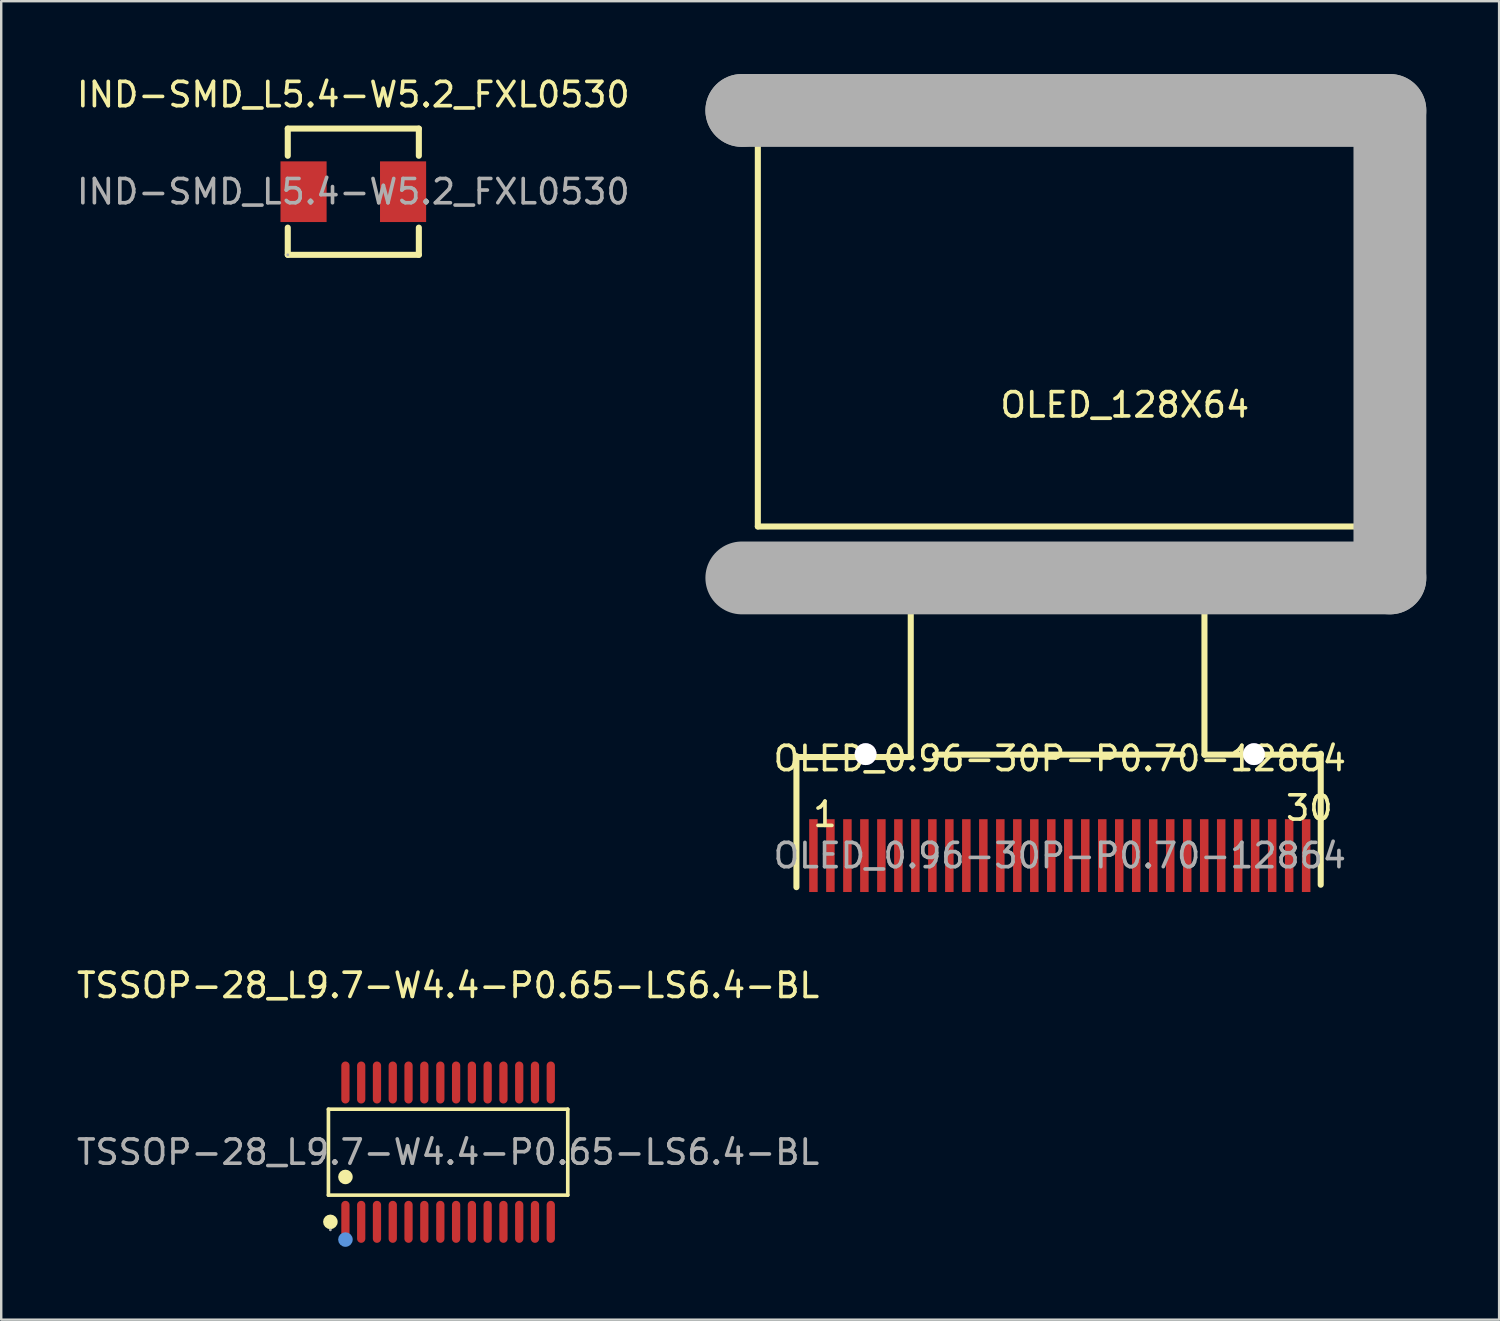
<source format=kicad_pcb>
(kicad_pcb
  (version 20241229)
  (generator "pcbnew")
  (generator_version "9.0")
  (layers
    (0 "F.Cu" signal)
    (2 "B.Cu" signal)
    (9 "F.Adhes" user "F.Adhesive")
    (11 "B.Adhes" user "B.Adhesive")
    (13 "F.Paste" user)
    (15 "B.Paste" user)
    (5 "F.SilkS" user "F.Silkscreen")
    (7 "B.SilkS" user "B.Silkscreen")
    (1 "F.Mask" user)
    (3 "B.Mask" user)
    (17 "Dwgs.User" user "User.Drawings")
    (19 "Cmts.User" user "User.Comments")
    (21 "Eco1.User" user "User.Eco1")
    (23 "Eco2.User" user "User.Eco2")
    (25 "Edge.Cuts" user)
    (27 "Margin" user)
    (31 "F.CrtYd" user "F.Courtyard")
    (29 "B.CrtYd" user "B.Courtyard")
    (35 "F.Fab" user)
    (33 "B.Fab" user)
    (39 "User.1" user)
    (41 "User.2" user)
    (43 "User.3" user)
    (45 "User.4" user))
  (footprint "OLED_0.96-30P-P0.70-12864"
    (layer "F.Cu")
    (at 40.612 32.2)
    (property "Reference" "OLED_0.96-30P-P0.70-12864" (at 0 -4 0) (layer "F.SilkS") (effects (font (size 1 1) (thickness 0.15))))
    (attr through_hole)
    (fp_line (start -12.54 -30.16) (end -12.24 -30.16) (stroke (width 0.25) (type solid)) (layer "F.SilkS"))
    (fp_line (start -12.44 -30.16) (end 12.86 -30.16) (stroke (width 0.25) (type solid)) (layer "F.SilkS"))
    (fp_line (start -12.44 -30.06) (end -12.54 -30.16) (stroke (width 0.25) (type solid)) (layer "F.SilkS"))
    (fp_line (start -12.44 -13.56) (end -12.44 -30.06) (stroke (width 0.25) (type solid)) (layer "F.SilkS"))
    (fp_line (start -12.24 -30.16) (end -11.84 -30.16) (stroke (width 0.25) (type solid)) (layer "F.SilkS"))
    (fp_line (start -10.85 1.3) (end -10.85 -4.1) (stroke (width 0.25) (type solid)) (layer "F.SilkS"))
    (fp_line (start -10.84 -4.06) (end -6.14 -4.06) (stroke (width 0.25) (type solid)) (layer "F.SilkS"))
    (fp_line (start -6.14 -4.06) (end -6.14 -11.46) (stroke (width 0.25) (type solid)) (layer "F.SilkS"))
    (fp_line (start -5.14 -4.16) (end 5.06 -4.16) (stroke (width 0.25) (type solid)) (layer "F.SilkS"))
    (fp_line (start 5.96 -4.16) (end 5.96 -11.36) (stroke (width 0.25) (type solid)) (layer "F.SilkS"))
    (fp_line (start 10.75 1.2) (end 10.75 -4.2) (stroke (width 0.25) (type solid)) (layer "F.SilkS"))
    (fp_line (start 10.76 -4.16) (end 5.96 -4.16) (stroke (width 0.25) (type solid)) (layer "F.SilkS"))
    (fp_line (start 12.86 -30.16) (end 12.86 -13.56) (stroke (width 0.25) (type solid)) (layer "F.SilkS"))
    (fp_line (start 12.86 -13.56) (end -12.44 -13.56) (stroke (width 0.25) (type solid)) (layer "F.SilkS"))
    (fp_circle (center -8 -4.18) (end -7.8 -4.18) (stroke (width 0.4) (type solid)) (fill no) (layer "Cmts.User"))
    (fp_circle (center 8 -4.18) (end 8.2 -4.18) (stroke (width 0.4) (type solid)) (fill no) (layer "Cmts.User"))
    (fp_line (start -13.1 -30.7) (end -13.1 -30.7) (stroke (width 3) (type solid)) (layer "F.Fab"))
    (fp_line (start -13.1 -30.7) (end 13.6 -30.7) (stroke (width 3) (type solid)) (layer "F.Fab"))
    (fp_line (start 13.6 -30.7) (end 13.6 -11.44) (stroke (width 3) (type solid)) (layer "F.Fab"))
    (fp_line (start 13.6 -11.44) (end -13.1 -11.44) (stroke (width 3) (type solid)) (layer "F.Fab"))
    (fp_circle (center -13.37 -30.7) (end -13.34 -30.7) (stroke (width 0.06) (type solid)) (fill no) (layer "F.Fab"))
    (fp_text user "OLED_128X64" (at -2.54 -18.57 0) (layer "F.SilkS") (effects (font (size 1 1) (thickness 0.15)) (justify left)))
    (fp_text user "1" (at -10.25 -1.7 0) (layer "F.SilkS") (effects (font (size 1 1) (thickness 0.15)) (justify left)))
    (fp_text user "30" (at 9.23 -1.96 0) (layer "F.SilkS") (effects (font (size 1 1) (thickness 0.15)) (justify left)))
    (fp_text user "${REFERENCE}" (at 0 0 0) (layer "F.Fab") (effects (font (size 1 1) (thickness 0.15))))
    (pad "" thru_hole circle (at -8 -4.18) (size 0.9 0.9) (drill 0.9) (layers "*.Cu" "*.Mask"))
    (pad "" thru_hole circle (at 8 -4.18) (size 0.9 0.9) (drill 0.9) (layers "*.Cu" "*.Mask"))
    (pad "1" smd rect (at -10.15 0 270) (size 3 0.35) (layers "F.Cu" "F.Mask" "F.Paste"))
    (pad "2" smd rect (at -9.45 0 270) (size 3 0.35) (layers "F.Cu" "F.Mask" "F.Paste"))
    (pad "3" smd rect (at -8.75 0 270) (size 3 0.35) (layers "F.Cu" "F.Mask" "F.Paste"))
    (pad "4" smd rect (at -8.05 0 270) (size 3 0.35) (layers "F.Cu" "F.Mask" "F.Paste"))
    (pad "5" smd rect (at -7.35 0 270) (size 3 0.35) (layers "F.Cu" "F.Mask" "F.Paste"))
    (pad "6" smd rect (at -6.65 0 270) (size 3 0.35) (layers "F.Cu" "F.Mask" "F.Paste"))
    (pad "7" smd rect (at -5.95 0 270) (size 3 0.35) (layers "F.Cu" "F.Mask" "F.Paste"))
    (pad "8" smd rect (at -5.25 0 270) (size 3 0.35) (layers "F.Cu" "F.Mask" "F.Paste"))
    (pad "9" smd rect (at -4.55 0 270) (size 3 0.35) (layers "F.Cu" "F.Mask" "F.Paste"))
    (pad "10" smd rect (at -3.85 0 270) (size 3 0.35) (layers "F.Cu" "F.Mask" "F.Paste"))
    (pad "11" smd rect (at -3.15 0 270) (size 3 0.35) (layers "F.Cu" "F.Mask" "F.Paste"))
    (pad "12" smd rect (at -2.45 0 270) (size 3 0.35) (layers "F.Cu" "F.Mask" "F.Paste"))
    (pad "13" smd rect (at -1.75 0 270) (size 3 0.35) (layers "F.Cu" "F.Mask" "F.Paste"))
    (pad "14" smd rect (at -1.05 0 270) (size 3 0.35) (layers "F.Cu" "F.Mask" "F.Paste"))
    (pad "15" smd rect (at -0.35 0 270) (size 3 0.35) (layers "F.Cu" "F.Mask" "F.Paste"))
    (pad "16" smd rect (at 0.35 0 270) (size 3 0.35) (layers "F.Cu" "F.Mask" "F.Paste"))
    (pad "17" smd rect (at 1.05 0 270) (size 3 0.35) (layers "F.Cu" "F.Mask" "F.Paste"))
    (pad "18" smd rect (at 1.75 0 270) (size 3 0.35) (layers "F.Cu" "F.Mask" "F.Paste"))
    (pad "19" smd rect (at 2.45 0 270) (size 3 0.35) (layers "F.Cu" "F.Mask" "F.Paste"))
    (pad "20" smd rect (at 3.15 0 270) (size 3 0.35) (layers "F.Cu" "F.Mask" "F.Paste"))
    (pad "21" smd rect (at 3.85 0 270) (size 3 0.35) (layers "F.Cu" "F.Mask" "F.Paste"))
    (pad "22" smd rect (at 4.55 0 270) (size 3 0.35) (layers "F.Cu" "F.Mask" "F.Paste"))
    (pad "23" smd rect (at 5.25 0 270) (size 3 0.35) (layers "F.Cu" "F.Mask" "F.Paste"))
    (pad "24" smd rect (at 5.95 0 270) (size 3 0.35) (layers "F.Cu" "F.Mask" "F.Paste"))
    (pad "25" smd rect (at 6.65 0 270) (size 3 0.35) (layers "F.Cu" "F.Mask" "F.Paste"))
    (pad "26" smd rect (at 7.35 0 270) (size 3 0.35) (layers "F.Cu" "F.Mask" "F.Paste"))
    (pad "27" smd rect (at 8.05 0 270) (size 3 0.35) (layers "F.Cu" "F.Mask" "F.Paste"))
    (pad "28" smd rect (at 8.75 0 270) (size 3 0.35) (layers "F.Cu" "F.Mask" "F.Paste"))
    (pad "29" smd rect (at 9.45 0 270) (size 3 0.35) (layers "F.Cu" "F.Mask" "F.Paste"))
    (pad "30" smd rect (at 10.15 0 270) (size 3 0.35) (layers "F.Cu" "F.Mask" "F.Paste")))
  (footprint "TSSOP-28_L9.7-W4.4-P0.65-LS6.4-BL"
    (layer "F.Cu")
    (at 15.411 44.418)
    (property "Reference" "TSSOP-28_L9.7-W4.4-P0.65-LS6.4-BL" (at 0 -6.87 0) (layer "F.SilkS") (effects (font (size 1 1) (thickness 0.15))))
    (attr smd)
    (fp_line (start -4.93 -1.77) (end 4.93 -1.77) (stroke (width 0.15) (type solid)) (layer "F.SilkS"))
    (fp_line (start -4.93 1.77) (end -4.93 -1.77) (stroke (width 0.15) (type solid)) (layer "F.SilkS"))
    (fp_line (start 4.93 -1.77) (end 4.93 1.77) (stroke (width 0.15) (type solid)) (layer "F.SilkS"))
    (fp_line (start 4.93 1.77) (end -4.93 1.77) (stroke (width 0.15) (type solid)) (layer "F.SilkS"))
    (fp_circle (center -4.85 2.87) (end -4.7 2.87) (stroke (width 0.3) (type solid)) (fill no) (layer "F.SilkS"))
    (fp_circle (center -4.23 1.02) (end -4.08 1.02) (stroke (width 0.3) (type solid)) (fill no) (layer "F.SilkS"))
    (fp_circle (center -4.23 3.6) (end -4.08 3.6) (stroke (width 0.3) (type solid)) (fill no) (layer "Cmts.User"))
    (fp_circle (center -4.85 3.2) (end -4.82 3.2) (stroke (width 0.06) (type solid)) (fill no) (layer "F.Fab"))
    (fp_text user "${REFERENCE}" (at 0 0 0) (layer "F.Fab") (effects (font (size 1 1) (thickness 0.15))))
    (pad "1" smd oval (at -4.23 2.87) (size 0.34 1.73) (layers "F.Cu" "F.Mask" "F.Paste"))
    (pad "2" smd oval (at -3.58 2.87) (size 0.34 1.73) (layers "F.Cu" "F.Mask" "F.Paste"))
    (pad "3" smd oval (at -2.93 2.87) (size 0.34 1.73) (layers "F.Cu" "F.Mask" "F.Paste"))
    (pad "4" smd oval (at -2.28 2.87) (size 0.34 1.73) (layers "F.Cu" "F.Mask" "F.Paste"))
    (pad "5" smd oval (at -1.63 2.87) (size 0.34 1.73) (layers "F.Cu" "F.Mask" "F.Paste"))
    (pad "6" smd oval (at -0.98 2.87) (size 0.34 1.73) (layers "F.Cu" "F.Mask" "F.Paste"))
    (pad "7" smd oval (at -0.32 2.87) (size 0.34 1.73) (layers "F.Cu" "F.Mask" "F.Paste"))
    (pad "8" smd oval (at 0.33 2.87) (size 0.34 1.73) (layers "F.Cu" "F.Mask" "F.Paste"))
    (pad "9" smd oval (at 0.98 2.87) (size 0.34 1.73) (layers "F.Cu" "F.Mask" "F.Paste"))
    (pad "10" smd oval (at 1.63 2.87) (size 0.34 1.73) (layers "F.Cu" "F.Mask" "F.Paste"))
    (pad "11" smd oval (at 2.28 2.87) (size 0.34 1.73) (layers "F.Cu" "F.Mask" "F.Paste"))
    (pad "12" smd oval (at 2.93 2.87) (size 0.34 1.73) (layers "F.Cu" "F.Mask" "F.Paste"))
    (pad "13" smd oval (at 3.58 2.87) (size 0.34 1.73) (layers "F.Cu" "F.Mask" "F.Paste"))
    (pad "14" smd oval (at 4.23 2.87) (size 0.34 1.73) (layers "F.Cu" "F.Mask" "F.Paste"))
    (pad "15" smd oval (at 4.23 -2.87) (size 0.34 1.73) (layers "F.Cu" "F.Mask" "F.Paste"))
    (pad "16" smd oval (at 3.58 -2.87) (size 0.34 1.73) (layers "F.Cu" "F.Mask" "F.Paste"))
    (pad "17" smd oval (at 2.93 -2.87) (size 0.34 1.73) (layers "F.Cu" "F.Mask" "F.Paste"))
    (pad "18" smd oval (at 2.28 -2.87) (size 0.34 1.73) (layers "F.Cu" "F.Mask" "F.Paste"))
    (pad "19" smd oval (at 1.63 -2.87) (size 0.34 1.73) (layers "F.Cu" "F.Mask" "F.Paste"))
    (pad "20" smd oval (at 0.98 -2.87) (size 0.34 1.73) (layers "F.Cu" "F.Mask" "F.Paste"))
    (pad "21" smd oval (at 0.33 -2.87) (size 0.34 1.73) (layers "F.Cu" "F.Mask" "F.Paste"))
    (pad "22" smd oval (at -0.32 -2.87) (size 0.34 1.73) (layers "F.Cu" "F.Mask" "F.Paste"))
    (pad "23" smd oval (at -0.98 -2.87) (size 0.34 1.73) (layers "F.Cu" "F.Mask" "F.Paste"))
    (pad "24" smd oval (at -1.63 -2.87) (size 0.34 1.73) (layers "F.Cu" "F.Mask" "F.Paste"))
    (pad "25" smd oval (at -2.28 -2.87) (size 0.34 1.73) (layers "F.Cu" "F.Mask" "F.Paste"))
    (pad "26" smd oval (at -2.93 -2.87) (size 0.34 1.73) (layers "F.Cu" "F.Mask" "F.Paste"))
    (pad "27" smd oval (at -3.58 -2.87) (size 0.34 1.73) (layers "F.Cu" "F.Mask" "F.Paste"))
    (pad "28" smd oval (at -4.23 -2.87) (size 0.34 1.73) (layers "F.Cu" "F.Mask" "F.Paste")))
  (footprint "IND-SMD_L5.4-W5.2_FXL0530"
    (layer "F.Cu")
    (at 11.506 4.848)
    (property "Reference" "IND-SMD_L5.4-W5.2_FXL0530" (at 0 -4 0) (layer "F.SilkS") (effects (font (size 1 1) (thickness 0.15))))
    (attr smd)
    (fp_line (start -2.7 -2.6) (end -2.7 -1.48) (stroke (width 0.25) (type solid)) (layer "F.SilkS"))
    (fp_line (start -2.7 -2.6) (end 2.7 -2.6) (stroke (width 0.25) (type solid)) (layer "F.SilkS"))
    (fp_line (start -2.7 1.48) (end -2.7 2.6) (stroke (width 0.25) (type solid)) (layer "F.SilkS"))
    (fp_line (start 2.7 -1.48) (end 2.7 -2.6) (stroke (width 0.25) (type solid)) (layer "F.SilkS"))
    (fp_line (start 2.7 2.6) (end -2.7 2.6) (stroke (width 0.25) (type solid)) (layer "F.SilkS"))
    (fp_line (start 2.7 2.6) (end 2.7 1.48) (stroke (width 0.25) (type solid)) (layer "F.SilkS"))
    (fp_circle (center -2.7 2.6) (end -2.67 2.6) (stroke (width 0.06) (type solid)) (fill no) (layer "F.Fab"))
    (fp_text user "${REFERENCE}" (at 0 0 0) (layer "F.Fab") (effects (font (size 1 1) (thickness 0.15))))
    (pad "1" smd rect (at -2.05 0) (size 1.9 2.5) (layers "F.Cu" "F.Mask" "F.Paste"))
    (pad "2" smd rect (at 2.05 0) (size 1.9 2.5) (layers "F.Cu" "F.Mask" "F.Paste")))
  (gr_rect
    (start -3 -3)
    (end 58.712 51.318)
    (stroke (width 0.1) (type default))
    (fill no)
    (layer "Edge.Cuts")))
</source>
